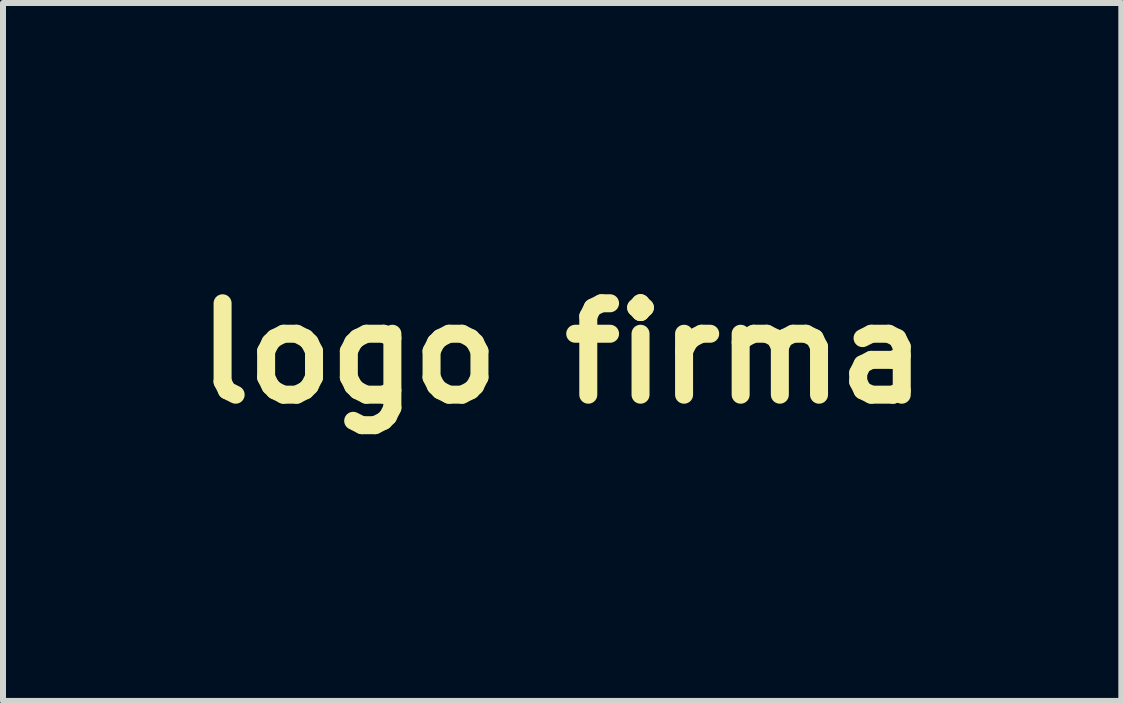
<source format=kicad_pcb>
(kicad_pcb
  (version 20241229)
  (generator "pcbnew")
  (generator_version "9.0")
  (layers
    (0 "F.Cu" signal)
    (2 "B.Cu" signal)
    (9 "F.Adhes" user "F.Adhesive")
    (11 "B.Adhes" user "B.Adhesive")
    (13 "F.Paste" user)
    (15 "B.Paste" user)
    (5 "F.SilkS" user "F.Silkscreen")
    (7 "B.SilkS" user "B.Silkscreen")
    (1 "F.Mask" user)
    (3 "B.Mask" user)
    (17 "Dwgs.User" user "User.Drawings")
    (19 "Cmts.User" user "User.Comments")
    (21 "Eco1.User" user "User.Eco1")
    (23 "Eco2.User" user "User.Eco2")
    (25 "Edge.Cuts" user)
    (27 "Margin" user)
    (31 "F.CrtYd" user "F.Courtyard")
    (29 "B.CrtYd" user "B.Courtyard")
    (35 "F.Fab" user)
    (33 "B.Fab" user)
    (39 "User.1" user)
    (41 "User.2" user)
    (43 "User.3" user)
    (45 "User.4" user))
  (footprint "logo firma"
    (layer "F.Cu")
    (at 6.321 2.84)
    (property "Reference" "logo firma" (at 0 0 0) (layer "F.SilkS") (effects (font (size 1.524 1.524) (thickness 0.3))))
    (attr through_hole)
    (fp_poly (pts (xy 2.74 -1.817) (xy 2.767 -1.76) (xy 2.729 -1.704) (xy 2.689 -1.693) (xy 2.624 -1.729) (xy 2.617 -1.74) (xy 2.62 -1.799) (xy 2.68 -1.83) (xy 2.74 -1.817)) (stroke (width 0.01) (type solid)) (fill yes) (layer "F.Mask"))
    (fp_poly (pts (xy 3.53 -2.469) (xy 3.558 -2.406) (xy 3.537 -2.328) (xy 3.484 -2.291) (xy 3.422 -2.327) (xy 3.409 -2.345) (xy 3.407 -2.419) (xy 3.462 -2.473) (xy 3.53 -2.469)) (stroke (width 0.01) (type solid)) (fill yes) (layer "F.Mask"))
    (fp_poly (pts (xy 3.876 -1.504) (xy 3.885 -1.469) (xy 3.845 -1.403) (xy 3.81 -1.395) (xy 3.744 -1.434) (xy 3.735 -1.469) (xy 3.775 -1.535) (xy 3.81 -1.544) (xy 3.876 -1.504)) (stroke (width 0.01) (type solid)) (fill yes) (layer "F.Mask"))
    (fp_poly (pts (xy 3.52 -0.236) (xy 3.492 -0.182) (xy 3.486 -0.174) (xy 3.427 -0.112) (xy 3.405 -0.1) (xy 3.389 -0.14) (xy 3.387 -0.174) (xy 3.427 -0.239) (xy 3.467 -0.249) (xy 3.52 -0.236)) (stroke (width 0.01) (type solid)) (fill yes) (layer "F.Mask"))
    (fp_poly (pts (xy 0.083 -0.382) (xy 0.081 -0.326) (xy 0.031 -0.253) (xy -0.036 -0.203) (xy -0.056 -0.199) (xy -0.099 -0.236) (xy -0.1 -0.243) (xy -0.067 -0.308) (xy 0.003 -0.367) (xy 0.069 -0.388) (xy 0.083 -0.382)) (stroke (width 0.01) (type solid)) (fill yes) (layer "F.Mask"))
    (fp_poly (pts (xy 1.479 -2.498) (xy 1.535 -2.396) (xy 1.536 -2.391) (xy 1.571 -2.3) (xy 1.612 -2.256) (xy 1.683 -2.256) (xy 1.808 -2.295) (xy 1.93 -2.341) (xy 2.113 -2.407) (xy 2.222 -2.434) (xy 2.276 -2.425) (xy 2.291 -2.381) (xy 2.291 -2.374) (xy 2.253 -2.314) (xy 2.152 -2.221) (xy 2.017 -2.119) (xy 1.878 -2.017) (xy 1.78 -1.932) (xy 1.743 -1.884) (xy 1.764 -1.811) (xy 1.815 -1.698) (xy 1.818 -1.694) (xy 1.858 -1.59) (xy 1.858 -1.53) (xy 1.855 -1.528) (xy 1.79 -1.512) (xy 1.655 -1.491) (xy 1.494 -1.472) (xy 1.29 -1.442) (xy 1.15 -1.393) (xy 1.041 -1.314) (xy 1.032 -1.306) (xy 0.926 -1.221) (xy 0.849 -1.208) (xy 0.81 -1.226) (xy 0.739 -1.245) (xy 0.663 -1.197) (xy 0.608 -1.137) (xy 0.502 -1.027) (xy 0.447 -1) (xy 0.448 -1.048) (xy 0.512 -1.166) (xy 0.541 -1.211) (xy 0.685 -1.419) (xy 0.797 -1.419) (xy 0.822 -1.395) (xy 0.847 -1.419) (xy 0.822 -1.444) (xy 0.797 -1.419) (xy 0.685 -1.419) (xy 0.689 -1.426) (xy 0.536 -1.483) (xy 0.437 -1.53) (xy 0.42 -1.575) (xy 0.43 -1.59) (xy 1.37 -1.59) (xy 1.531 -1.603) (xy 1.641 -1.618) (xy 1.692 -1.64) (xy 1.693 -1.642) (xy 1.668 -1.702) (xy 1.644 -1.743) (xy 1.601 -1.785) (xy 1.543 -1.76) (xy 1.483 -1.704) (xy 1.37 -1.59) (xy 0.43 -1.59) (xy 0.448 -1.618) (xy 0.477 -1.644) (xy 0.722 -1.644) (xy 0.726 -1.598) (xy 0.744 -1.594) (xy 0.795 -1.63) (xy 0.796 -1.636) (xy 0.946 -1.636) (xy 0.961 -1.599) (xy 1.013 -1.612) (xy 1.119 -1.681) (xy 1.213 -1.752) (xy 1.37 -1.874) (xy 1.452 -1.943) (xy 1.463 -1.966) (xy 1.409 -1.951) (xy 1.32 -1.915) (xy 1.141 -1.826) (xy 1.01 -1.733) (xy 0.948 -1.65) (xy 0.946 -1.636) (xy 0.796 -1.636) (xy 0.797 -1.644) (xy 0.78 -1.692) (xy 0.775 -1.693) (xy 0.732 -1.658) (xy 0.722 -1.644) (xy 0.477 -1.644) (xy 0.527 -1.686) (xy 0.658 -1.775) (xy 0.743 -1.825) (xy 0.963 -1.994) (xy 1.063 -2.121) (xy 1.266 -2.121) (xy 1.285 -2.096) (xy 1.366 -2.122) (xy 1.42 -2.177) (xy 1.445 -2.259) (xy 1.432 -2.326) (xy 1.403 -2.341) (xy 1.353 -2.301) (xy 1.304 -2.216) (xy 1.266 -2.121) (xy 1.063 -2.121) (xy 1.162 -2.247) (xy 1.162 -2.247) (xy 1.265 -2.393) (xy 1.356 -2.498) (xy 1.416 -2.54) (xy 1.418 -2.54) (xy 1.479 -2.498)) (stroke (width 0.01) (type solid)) (fill yes) (layer "F.Mask"))
    (fp_poly (pts (xy 0.089 -2.812) (xy 0.164 -2.746) (xy 0.196 -2.707) (xy 0.271 -2.556) (xy 0.282 -2.364) (xy 0.227 -2.124) (xy 0.105 -1.823) (xy 0.068 -1.746) (xy -0.106 -1.462) (xy -0.353 -1.152) (xy -0.657 -0.834) (xy -1.002 -0.524) (xy -1.372 -0.239) (xy -1.494 -0.155) (xy -1.719 -0.005) (xy -1.87 0.098) (xy -1.954 0.161) (xy -1.98 0.192) (xy -1.956 0.199) (xy -1.89 0.189) (xy -1.853 0.182) (xy -1.697 0.116) (xy -1.562 0.001) (xy -1.561 0) (xy -1.469 0) (xy -1.465 0.046) (xy -1.447 0.05) (xy -1.397 0.014) (xy -1.395 0) (xy -1.412 -0.049) (xy -1.416 -0.05) (xy -1.459 -0.015) (xy -1.469 0) (xy -1.561 0) (xy -1.455 -0.095) (xy -1.35 -0.145) (xy -1.272 -0.14) (xy -1.245 -0.084) (xy -1.287 0.029) (xy -1.397 0.146) (xy -1.469 0.196) (xy -1.522 0.233) (xy -1.498 0.241) (xy -1.395 0.226) (xy -1.249 0.176) (xy -1.087 0.085) (xy -1.031 0.044) (xy -0.916 -0.04) (xy -0.836 -0.084) (xy -0.815 -0.084) (xy -0.81 -0.025) (xy -0.831 0.091) (xy -0.839 0.12) (xy -0.863 0.24) (xy -0.845 0.289) (xy -0.777 0.265) (xy -0.654 0.167) (xy -0.571 0.092) (xy -0.424 -0.03) (xy -0.334 -0.076) (xy -0.304 -0.044) (xy -0.334 0.066) (xy -0.343 0.087) (xy -0.403 0.224) (xy -0.278 0.075) (xy -0.199 -0.007) (xy -0.151 -0.032) (xy -0.145 -0.025) (xy -0.134 0.068) (xy -0.131 0.1) (xy -0.082 0.154) (xy 0.034 0.186) (xy 0.184 0.192) (xy 0.339 0.169) (xy 0.405 0.147) (xy 0.506 0.089) (xy 0.506 0.089) (xy 0.766 0.089) (xy 0.847 0.075) (xy 0.961 0.029) (xy 1.021 -0.011) (xy 1.027 -0.04) (xy 0.946 -0.025) (xy 0.832 0.021) (xy 0.772 0.061) (xy 0.766 0.089) (xy 0.506 0.089) (xy 0.549 0.035) (xy 0.523 0.002) (xy 0.498 0) (xy 0.453 -0.04) (xy 0.448 -0.067) (xy 0.496 -0.144) (xy 0.63 -0.208) (xy 0.838 -0.253) (xy 1.051 -0.273) (xy 1.238 -0.29) (xy 1.395 -0.315) (xy 1.482 -0.342) (xy 1.534 -0.382) (xy 1.753 -0.382) (xy 1.753 -0.349) (xy 1.762 -0.349) (xy 1.804 -0.383) (xy 1.849 -0.436) (xy 1.892 -0.495) (xy 1.866 -0.482) (xy 1.83 -0.455) (xy 1.753 -0.382) (xy 1.534 -0.382) (xy 1.582 -0.419) (xy 1.722 -0.556) (xy 1.883 -0.736) (xy 2.028 -0.913) (xy 2.123 -1.013) (xy 2.18 -1.028) (xy 2.195 -0.966) (xy 2.163 -0.835) (xy 2.118 -0.72) (xy 2.053 -0.559) (xy 2.037 -0.472) (xy 2.063 -0.448) (xy 2.167 -0.463) (xy 2.34 -0.501) (xy 2.559 -0.557) (xy 2.8 -0.624) (xy 3.037 -0.695) (xy 3.246 -0.763) (xy 3.391 -0.816) (xy 3.575 -0.883) (xy 3.695 -0.912) (xy 3.743 -0.902) (xy 3.71 -0.854) (xy 3.667 -0.82) (xy 3.563 -0.759) (xy 3.415 -0.687) (xy 3.358 -0.663) (xy 3.225 -0.594) (xy 3.137 -0.524) (xy 3.121 -0.499) (xy 3.082 -0.384) (xy 3.066 -0.342) (xy 3.068 -0.273) (xy 3.156 -0.23) (xy 3.16 -0.229) (xy 3.265 -0.186) (xy 3.279 -0.144) (xy 3.207 -0.116) (xy 3.106 -0.114) (xy 2.983 -0.108) (xy 2.911 -0.082) (xy 2.907 -0.075) (xy 2.939 -0.044) (xy 3.045 -0.025) (xy 3.1 -0.023) (xy 3.266 -0.017) (xy 3.478 -0.003) (xy 3.644 0.012) (xy 3.831 0.026) (xy 3.957 0.02) (xy 4.056 -0.015) (xy 4.157 -0.077) (xy 4.279 -0.152) (xy 4.37 -0.195) (xy 4.389 -0.199) (xy 4.429 -0.173) (xy 4.398 -0.107) (xy 4.309 -0.018) (xy 4.234 0.038) (xy 4.144 0.092) (xy 4.052 0.123) (xy 3.931 0.136) (xy 3.754 0.135) (xy 3.616 0.129) (xy 3.38 0.124) (xy 3.204 0.133) (xy 3.108 0.155) (xy 3.101 0.159) (xy 3.018 0.182) (xy 2.966 0.151) (xy 2.881 0.116) (xy 2.841 0.123) (xy 2.782 0.114) (xy 2.759 0.078) (xy 2.728 0.033) (xy 2.672 0.046) (xy 2.589 0.1) (xy 2.45 0.182) (xy 2.368 0.187) (xy 2.341 0.115) (xy 2.341 0.11) (xy 2.3 0.044) (xy 2.208 0.009) (xy 2.112 0.016) (xy 2.066 0.051) (xy 1.998 0.089) (xy 1.915 0.1) (xy 1.812 0.068) (xy 1.768 -0.019) (xy 1.896 -0.019) (xy 1.921 -0.011) (xy 2.001 -0.06) (xy 2.131 -0.108) (xy 2.272 -0.11) (xy 2.385 -0.068) (xy 2.424 -0.02) (xy 2.473 0.006) (xy 2.551 -0.024) (xy 2.626 -0.086) (xy 2.666 -0.159) (xy 2.664 -0.188) (xy 2.687 -0.252) (xy 2.755 -0.295) (xy 2.877 -0.367) (xy 2.94 -0.427) (xy 2.986 -0.49) (xy 2.955 -0.498) (xy 2.914 -0.487) (xy 2.821 -0.461) (xy 2.662 -0.418) (xy 2.464 -0.365) (xy 2.391 -0.345) (xy 2.201 -0.294) (xy 2.054 -0.254) (xy 1.971 -0.231) (xy 1.961 -0.228) (xy 1.944 -0.184) (xy 1.917 -0.102) (xy 1.896 -0.019) (xy 1.768 -0.019) (xy 1.763 -0.029) (xy 1.728 -0.116) (xy 1.662 -0.14) (xy 1.569 -0.128) (xy 1.438 -0.088) (xy 1.265 -0.014) (xy 1.129 0.054) (xy 0.969 0.132) (xy 0.833 0.181) (xy 0.76 0.192) (xy 0.653 0.206) (xy 0.548 0.248) (xy 0.42 0.291) (xy 0.249 0.314) (xy 0.071 0.316) (xy -0.078 0.296) (xy -0.159 0.26) (xy -0.216 0.235) (xy -0.294 0.276) (xy -0.36 0.335) (xy -0.502 0.47) (xy -0.531 0.358) (xy -0.558 0.281) (xy -0.6 0.284) (xy -0.658 0.333) (xy -0.727 0.378) (xy -0.824 0.404) (xy -0.969 0.412) (xy -1.18 0.403) (xy -1.37 0.388) (xy -1.514 0.367) (xy -1.621 0.336) (xy -1.636 0.329) (xy -1.789 0.281) (xy -1.992 0.28) (xy -2.211 0.322) (xy -2.395 0.396) (xy -2.627 0.523) (xy 0.392 0.515) (xy 1.16 0.513) (xy 1.834 0.514) (xy 2.42 0.516) (xy 2.925 0.521) (xy 3.355 0.53) (xy 3.715 0.542) (xy 4.011 0.558) (xy 4.25 0.579) (xy 4.438 0.604) (xy 4.581 0.635) (xy 4.684 0.672) (xy 4.755 0.715) (xy 4.798 0.764) (xy 4.819 0.821) (xy 4.823 0.84) (xy 4.816 1.042) (xy 4.734 1.182) (xy 4.582 1.255) (xy 4.482 1.263) (xy 4.378 1.26) (xy 4.205 1.252) (xy 3.985 1.24) (xy 3.741 1.225) (xy 3.494 1.21) (xy 3.266 1.195) (xy 3.081 1.182) (xy 2.96 1.172) (xy 2.928 1.168) (xy 2.853 1.162) (xy 2.696 1.153) (xy 2.473 1.143) (xy 2.202 1.132) (xy 1.899 1.122) (xy 1.882 1.121) (xy 1.566 1.11) (xy 1.269 1.099) (xy 1.011 1.087) (xy 0.813 1.077) (xy 0.697 1.069) (xy 0.55 1.059) (xy 0.328 1.05) (xy 0.045 1.042) (xy -0.283 1.035) (xy -0.643 1.029) (xy -1.02 1.024) (xy -1.4 1.02) (xy -1.768 1.018) (xy -2.109 1.017) (xy -2.411 1.018) (xy -2.657 1.021) (xy -2.834 1.026) (xy -2.928 1.033) (xy -2.932 1.034) (xy -2.999 1.056) (xy -3.064 1.098) (xy -3.136 1.173) (xy -3.226 1.293) (xy -3.343 1.472) (xy -3.499 1.721) (xy -3.529 1.771) (xy -3.731 2.097) (xy -3.889 2.347) (xy -4.01 2.53) (xy -4.1 2.656) (xy -4.167 2.735) (xy -4.217 2.776) (xy -4.258 2.789) (xy -4.262 2.789) (xy -4.326 2.763) (xy -4.333 2.742) (xy -4.297 2.674) (xy -4.286 2.666) (xy -4.246 2.615) (xy -4.168 2.492) (xy -4.061 2.315) (xy -3.935 2.1) (xy -3.881 2.004) (xy -3.744 1.763) (xy -3.617 1.54) (xy -3.511 1.355) (xy -3.438 1.23) (xy -3.424 1.206) (xy -3.326 1.042) (xy -3.668 1.073) (xy -3.901 1.099) (xy -4.169 1.138) (xy -4.387 1.176) (xy -4.627 1.215) (xy -4.789 1.221) (xy -4.89 1.192) (xy -4.946 1.126) (xy -4.951 1.113) (xy -4.952 0.993) (xy -4.858 0.892) (xy -4.673 0.813) (xy -4.636 0.803) (xy -4.524 0.769) (xy -4.35 0.711) (xy -4.13 0.635) (xy -3.883 0.548) (xy -3.627 0.455) (xy -3.378 0.364) (xy -3.156 0.28) (xy -3.13 0.27) (xy -1.138 0.27) (xy -1.127 0.296) (xy -1.099 0.299) (xy -1.031 0.263) (xy -1.021 0.25) (xy -1.029 0.221) (xy -1.068 0.23) (xy -1.138 0.27) (xy -3.13 0.27) (xy -2.976 0.211) (xy -2.859 0.162) (xy -2.82 0.142) (xy -2.79 0.097) (xy -2.713 -0.018) (xy -2.659 -0.1) (xy -2.319 -0.1) (xy -2.265 -0.124) (xy -2.149 -0.188) (xy -1.994 -0.279) (xy -1.954 -0.303) (xy -1.419 -0.654) (xy -0.961 -1.007) (xy -0.585 -1.359) (xy -0.294 -1.705) (xy -0.092 -2.041) (xy 0.016 -2.363) (xy 0.019 -2.378) (xy 0.03 -2.489) (xy -0.001 -2.533) (xy -0.068 -2.54) (xy -0.216 -2.499) (xy -0.409 -2.379) (xy -0.641 -2.188) (xy -0.905 -1.932) (xy -1.193 -1.616) (xy -1.498 -1.247) (xy -1.5 -1.245) (xy -1.692 -1.001) (xy -1.873 -0.762) (xy -2.035 -0.543) (xy -2.169 -0.355) (xy -2.266 -0.21) (xy -2.317 -0.122) (xy -2.319 -0.1) (xy -2.659 -0.1) (xy -2.599 -0.19) (xy -2.456 -0.406) (xy -2.293 -0.652) (xy -2.28 -0.672) (xy -1.908 -1.217) (xy -1.572 -1.675) (xy -1.267 -2.05) (xy -0.989 -2.347) (xy -0.734 -2.568) (xy -0.498 -2.72) (xy -0.277 -2.806) (xy -0.157 -2.827) (xy -0.005 -2.835) (xy 0.089 -2.812)) (stroke (width 0.01) (type solid)) (fill yes) (layer "F.Mask")))
  (gr_rect
    (start -3 -3)
    (end 15.642 8.634)
    (stroke (width 0.1) (type default))
    (fill no)
    (layer "Edge.Cuts")))
</source>
